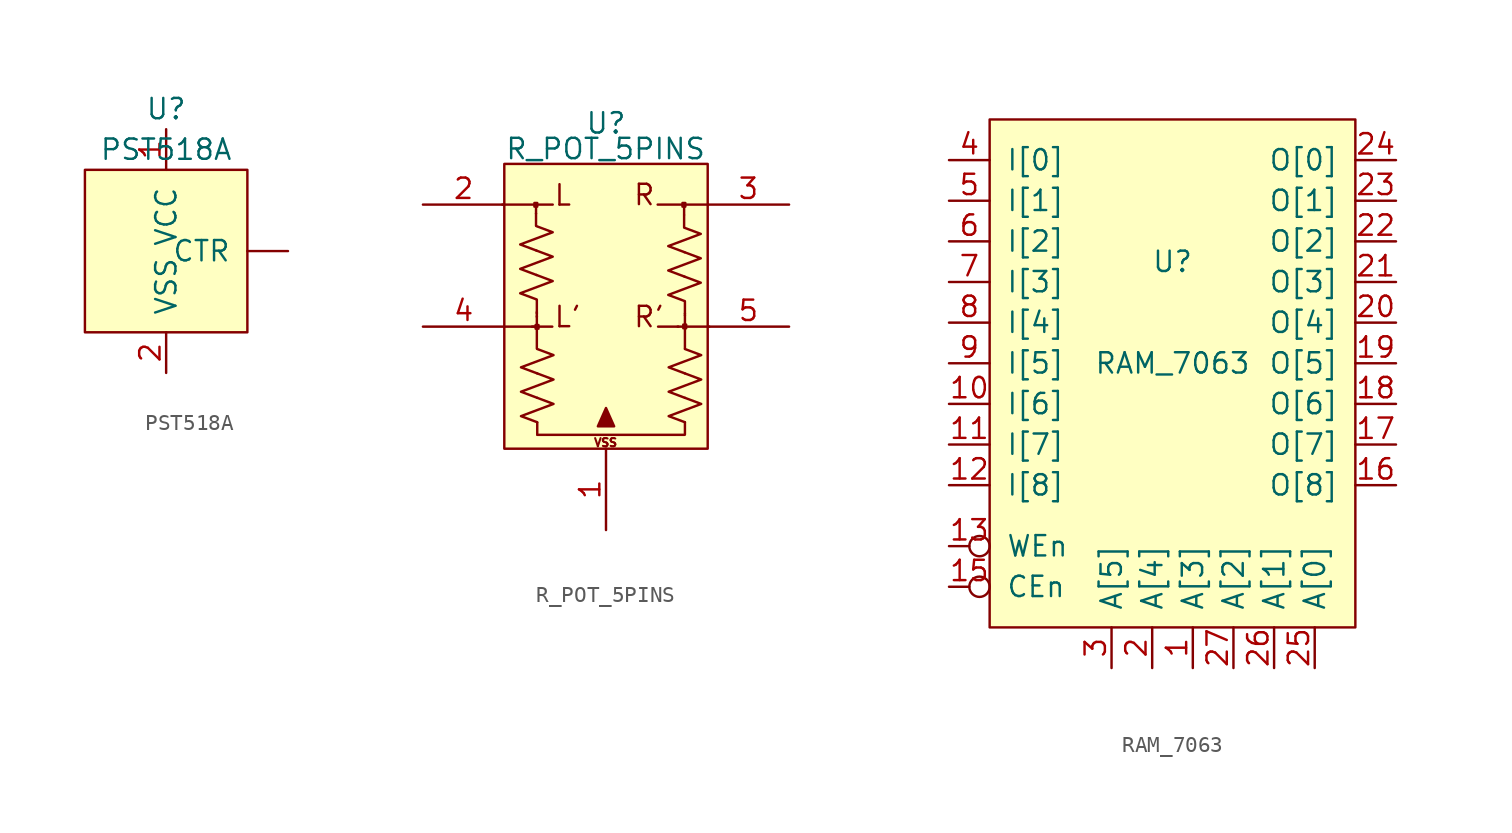
<source format=kicad_sym>
(kicad_symbol_lib
  (version 20211014)
  (generator kicad_symbol_editor)
  (symbol "PST518A"
    (pin_names
      (offset 1.016))
    (property "Reference" "U"
      (at 0 8.89 0)
      (effects (font (size 1.27 1.27))))
    (property "Value" "PST518A"
      (at 0 6.35 0)
      (effects (font (size 1.27 1.27))))
    (symbol "PST518A_0_1"
      (rectangle (start -5.08 5.08) (end 5.08 -5.08) (stroke (width 0) (type default) (color 0 0 0 0)) (fill (type background))))
    (symbol "PST518A_1_1"
      (pin power_in line (at 0 7.62 270) (length 2.54) (name "VCC" (effects (font (size 1.27 1.27)))) (number "1" (effects (font (size 1.27 1.27)))))
      (pin power_in line (at 0 -7.62 90) (length 2.54) (name "VSS" (effects (font (size 1.27 1.27)))) (number "2" (effects (font (size 1.27 1.27)))))
      (pin output line (at 7.62 0 180) (length 2.54) (name "CTR" (effects (font (size 1.27 1.27)))) (number "~" (effects (font (size 1.27 1.27)))))))
  (symbol "R_POT_5PINS"
    (property "Reference" "U"
      (at 0 11.43 0)
      (effects (font (size 1.27 1.27))))
    (property "Value" "R_POT_5PINS"
      (at -0.025 9.83 0)
      (effects (font (size 1.27 1.27))))
    (symbol "R_POT_5PINS_0_0"
      (rectangle (start -6.35 8.89) (end 6.35 -8.89) (stroke (width 0.152) (type default) (color 0 0 0 0)) (fill (type background)))
      (polyline (pts (xy -4.623 -1.27) (xy -3.353 -1.27)) (stroke (width 0.152) (type default) (color 0 0 0 0)) (fill (type none)))
      (polyline (pts (xy -4.369 5.791) (xy -4.369 5.029)) (stroke (width 0.152) (type default) (color 0 0 0 0)) (fill (type none)))
      (polyline (pts (xy -4.318 -2.642) (xy -4.318 -1.372)) (stroke (width 0.152) (type default) (color 0 0 0 0)) (fill (type none)))
      (polyline (pts (xy -4.318 -0.61) (xy -4.318 -1.372)) (stroke (width 0.152) (type default) (color 0 0 0 0)) (fill (type none)))
      (polyline (pts (xy -4.318 -0.356) (xy -4.318 -0.457)) (stroke (width 0.152) (type default) (color 0 0 0 0)) (fill (type none)))
      (polyline (pts (xy -4.318 0.406) (xy -4.318 -0.356)) (stroke (width 0.152) (type default) (color 0 0 0 0)) (fill (type none)))
      (polyline (pts (xy -4.293 -7.264) (xy -4.293 -8.026)) (stroke (width 0.152) (type default) (color 0 0 0 0)) (fill (type none)))
      (polyline (pts (xy 3.251 -1.27) (xy 4.521 -1.27)) (stroke (width 0.152) (type default) (color 0 0 0 0)) (fill (type none)))
      (polyline (pts (xy 4.877 5.69) (xy 4.877 4.928)) (stroke (width 0.152) (type default) (color 0 0 0 0)) (fill (type none)))
      (polyline (pts (xy 4.928 -7.239) (xy 4.928 -8.001)) (stroke (width 0.152) (type default) (color 0 0 0 0)) (fill (type none)))
      (polyline (pts (xy 4.928 -2.642) (xy 4.928 -1.372)) (stroke (width 0.152) (type default) (color 0 0 0 0)) (fill (type none)))
      (polyline (pts (xy 4.928 -0.559) (xy 4.928 -1.321)) (stroke (width 0.152) (type default) (color 0 0 0 0)) (fill (type none)))
      (polyline (pts (xy 4.928 -0.457) (xy 4.928 -0.559)) (stroke (width 0.152) (type default) (color 0 0 0 0)) (fill (type none)))
      (polyline (pts (xy 4.928 0.305) (xy 4.928 -0.457)) (stroke (width 0.152) (type default) (color 0 0 0 0)) (fill (type none)))
      (polyline (pts (xy -4.267 -8.026) (xy 4.902 -8.026) (xy 4.877 -8.026)) (stroke (width 0.152) (type default) (color 0 0 0 0)) (fill (type none)))
      (polyline (pts (xy -4.47 6.223) (xy -4.47 6.452) (xy -4.369 6.452) (xy -4.318 6.452) (xy -4.293 6.274) (xy -4.293 6.248) (xy -4.293 6.223) (xy -4.293 6.452)) (stroke (width 0) (type default) (color 0 0 0 0)) (fill (type none)))
      (polyline (pts (xy -4.216 -1.168) (xy -4.216 -1.397) (xy -4.318 -1.397) (xy -4.369 -1.397) (xy -4.394 -1.219) (xy -4.394 -1.194) (xy -4.394 -1.168) (xy -4.394 -1.397)) (stroke (width 0) (type default) (color 0 0 0 0)) (fill (type none)))
      (polyline (pts (xy 4.775 6.223) (xy 4.775 6.452) (xy 4.877 6.452) (xy 4.928 6.452) (xy 4.953 6.274) (xy 4.953 6.248) (xy 4.953 6.223) (xy 4.953 6.452)) (stroke (width 0) (type default) (color 0 0 0 0)) (fill (type none)))
      (polyline (pts (xy 4.826 -1.372) (xy 4.826 -1.143) (xy 4.928 -1.143) (xy 4.978 -1.143) (xy 5.004 -1.321) (xy 5.004 -1.346) (xy 5.004 -1.372) (xy 5.004 -1.143)) (stroke (width 0) (type default) (color 0 0 0 0)) (fill (type none)))
      (text "L" (at -2.692 6.934 0) (effects (font (size 1.27 1.27))))
      (text "L'" (at -2.388 -0.66 0) (effects (font (size 1.27 1.27))))
      (text "R" (at 2.388 6.96 0) (effects (font (size 1.27 1.27))))
      (text "R'" (at 2.692 -0.66 0) (effects (font (size 1.27 1.27))))
      (text "VSS" (at -0.025 -8.509 0) (effects (font (size 0.508 0.508)))))
    (symbol "R_POT_5PINS_0_1"
      (polyline (pts (xy -6.35 -1.27) (xy -4.42 -1.27)) (stroke (width 0.152) (type default) (color 0 0 0 0)) (fill (type none)))
      (polyline (pts (xy -4.369 5.791) (xy -4.369 6.325)) (stroke (width 0.152) (type default) (color 0 0 0 0)) (fill (type none)))
      (polyline (pts (xy -4.318 -0.406) (xy -4.318 -0.66)) (stroke (width 0.152) (type default) (color 0 0 0 0)) (fill (type none)))
      (polyline (pts (xy -3.327 6.35) (xy -6.477 6.35)) (stroke (width 0.152) (type default) (color 0 0 0 0)) (fill (type none)))
      (polyline (pts (xy 4.47 -1.27) (xy 6.452 -1.27)) (stroke (width 0.152) (type default) (color 0 0 0 0)) (fill (type none)))
      (polyline (pts (xy 4.877 5.715) (xy 4.877 6.248)) (stroke (width 0.152) (type default) (color 0 0 0 0)) (fill (type none)))
      (polyline (pts (xy 6.375 6.35) (xy 3.226 6.35)) (stroke (width 0.152) (type default) (color 0 0 0 0)) (fill (type none)))
      (polyline (pts (xy 0 -6.35) (xy 0.508 -7.493) (xy -0.508 -7.493) (xy 0 -6.35)) (stroke (width 0) (type default) (color 0 0 0 0)) (fill (type outline)))
      (polyline (pts (xy -4.343 1.956) (xy -3.327 1.575) (xy -4.343 1.194) (xy -5.359 0.813) (xy -4.343 0.432)) (stroke (width 0) (type default) (color 0 0 0 0)) (fill (type none)))
      (polyline (pts (xy -4.343 3.48) (xy -3.327 3.099) (xy -4.343 2.718) (xy -5.359 2.337) (xy -4.343 1.956)) (stroke (width 0) (type default) (color 0 0 0 0)) (fill (type none)))
      (polyline (pts (xy -4.343 5.004) (xy -3.327 4.623) (xy -4.343 4.242) (xy -5.359 3.861) (xy -4.343 3.48)) (stroke (width 0) (type default) (color 0 0 0 0)) (fill (type none)))
      (polyline (pts (xy -4.293 -7.239) (xy -5.309 -6.858) (xy -4.293 -6.477) (xy -3.277 -6.096) (xy -4.293 -5.715)) (stroke (width 0) (type default) (color 0 0 0 0)) (fill (type none)))
      (polyline (pts (xy -4.293 -5.715) (xy -5.309 -5.334) (xy -4.293 -4.953) (xy -3.277 -4.572) (xy -4.293 -4.191)) (stroke (width 0) (type default) (color 0 0 0 0)) (fill (type none)))
      (polyline (pts (xy -4.293 -4.191) (xy -5.309 -3.81) (xy -4.293 -3.429) (xy -3.277 -3.048) (xy -4.293 -2.667)) (stroke (width 0) (type default) (color 0 0 0 0)) (fill (type none)))
      (polyline (pts (xy 4.902 1.854) (xy 5.918 1.473) (xy 4.902 1.092) (xy 3.886 0.711) (xy 4.902 0.33)) (stroke (width 0) (type default) (color 0 0 0 0)) (fill (type none)))
      (polyline (pts (xy 4.902 3.378) (xy 5.918 2.997) (xy 4.902 2.616) (xy 3.886 2.235) (xy 4.902 1.854)) (stroke (width 0) (type default) (color 0 0 0 0)) (fill (type none)))
      (polyline (pts (xy 4.902 4.902) (xy 5.918 4.521) (xy 4.902 4.14) (xy 3.886 3.759) (xy 4.902 3.378)) (stroke (width 0) (type default) (color 0 0 0 0)) (fill (type none)))
      (polyline (pts (xy 4.928 -7.239) (xy 3.912 -6.858) (xy 4.928 -6.477) (xy 5.944 -6.096) (xy 4.928 -5.715)) (stroke (width 0) (type default) (color 0 0 0 0)) (fill (type none)))
      (polyline (pts (xy 4.928 -5.715) (xy 3.912 -5.334) (xy 4.928 -4.953) (xy 5.944 -4.572) (xy 4.928 -4.191)) (stroke (width 0) (type default) (color 0 0 0 0)) (fill (type none)))
      (polyline (pts (xy 4.928 -4.191) (xy 3.912 -3.81) (xy 4.928 -3.429) (xy 5.944 -3.048) (xy 4.928 -2.667)) (stroke (width 0) (type default) (color 0 0 0 0)) (fill (type none))))
    (symbol "R_POT_5PINS_1_1"
      (pin power_in line (at 0 -13.97 90) (length 5.08) (name "" (effects (font (size 0.508 0.508)))) (number "1" (effects (font (size 1.27 1.27)))))
      (pin passive line (at -11.43 6.35 0) (length 5.08) (name "" (effects (font (size 1.27 1.27)))) (number "2" (effects (font (size 1.27 1.27)))))
      (pin passive line (at 11.43 6.35 180) (length 5.08) (name "" (effects (font (size 1.27 1.27)))) (number "3" (effects (font (size 1.27 1.27)))))
      (pin passive line (at -11.43 -1.27 0) (length 5.08) (name "" (effects (font (size 1.27 1.27)))) (number "4" (effects (font (size 1.27 1.27)))))
      (pin passive line (at 11.43 -1.27 180) (length 5.08) (name "" (effects (font (size 1.27 1.27)))) (number "5" (effects (font (size 1.27 1.27)))))))
  (symbol "RAM_7063"
    (pin_names
      (offset 1.016))
    (property "Reference" "U"
      (at 0 6.35 0)
      (effects (font (size 1.27 1.27))))
    (property "Value" "RAM_7063"
      (at 0 0 0)
      (effects (font (size 1.27 1.27))))
    (symbol "RAM_7063_0_1"
      (rectangle (start -11.43 15.24) (end 11.43 -16.51) (stroke (width 0) (type default) (color 0 0 0 0)) (fill (type background))))
    (symbol "RAM_7063_1_1"
      (pin output line (at 1.27 -19.05 90) (length 2.54) (name "A[3]" (effects (font (size 1.27 1.27)))) (number "1" (effects (font (size 1.27 1.27)))))
      (pin input line (at -13.97 -2.54 0) (length 2.54) (name "I[6]" (effects (font (size 1.27 1.27)))) (number "10" (effects (font (size 1.27 1.27)))))
      (pin input line (at -13.97 -5.08 0) (length 2.54) (name "I[7]" (effects (font (size 1.27 1.27)))) (number "11" (effects (font (size 1.27 1.27)))))
      (pin input line (at -13.97 -7.62 0) (length 2.54) (name "I[8]" (effects (font (size 1.27 1.27)))) (number "12" (effects (font (size 1.27 1.27)))))
      (pin input inverted (at -13.97 -11.43 0) (length 2.54) (name "WEn" (effects (font (size 1.27 1.27)))) (number "13" (effects (font (size 1.27 1.27)))))
      (pin input inverted (at -13.97 -13.97 0) (length 2.54) (name "CEn" (effects (font (size 1.27 1.27)))) (number "15" (effects (font (size 1.27 1.27)))))
      (pin output line (at 13.97 -7.62 180) (length 2.54) (name "O[8]" (effects (font (size 1.27 1.27)))) (number "16" (effects (font (size 1.27 1.27)))))
      (pin output line (at 13.97 -5.08 180) (length 2.54) (name "O[7]" (effects (font (size 1.27 1.27)))) (number "17" (effects (font (size 1.27 1.27)))))
      (pin output line (at 13.97 -2.54 180) (length 2.54) (name "O[6]" (effects (font (size 1.27 1.27)))) (number "18" (effects (font (size 1.27 1.27)))))
      (pin output line (at 13.97 0 180) (length 2.54) (name "O[5]" (effects (font (size 1.27 1.27)))) (number "19" (effects (font (size 1.27 1.27)))))
      (pin output line (at -1.27 -19.05 90) (length 2.54) (name "A[4]" (effects (font (size 1.27 1.27)))) (number "2" (effects (font (size 1.27 1.27)))))
      (pin output line (at 13.97 2.54 180) (length 2.54) (name "O[4]" (effects (font (size 1.27 1.27)))) (number "20" (effects (font (size 1.27 1.27)))))
      (pin output line (at 13.97 5.08 180) (length 2.54) (name "O[3]" (effects (font (size 1.27 1.27)))) (number "21" (effects (font (size 1.27 1.27)))))
      (pin output line (at 13.97 7.62 180) (length 2.54) (name "O[2]" (effects (font (size 1.27 1.27)))) (number "22" (effects (font (size 1.27 1.27)))))
      (pin output line (at 13.97 10.16 180) (length 2.54) (name "O[1]" (effects (font (size 1.27 1.27)))) (number "23" (effects (font (size 1.27 1.27)))))
      (pin output line (at 13.97 12.7 180) (length 2.54) (name "O[0]" (effects (font (size 1.27 1.27)))) (number "24" (effects (font (size 1.27 1.27)))))
      (pin output line (at 8.89 -19.05 90) (length 2.54) (name "A[0]" (effects (font (size 1.27 1.27)))) (number "25" (effects (font (size 1.27 1.27)))))
      (pin output line (at 6.35 -19.05 90) (length 2.54) (name "A[1]" (effects (font (size 1.27 1.27)))) (number "26" (effects (font (size 1.27 1.27)))))
      (pin output line (at 3.81 -19.05 90) (length 2.54) (name "A[2]" (effects (font (size 1.27 1.27)))) (number "27" (effects (font (size 1.27 1.27)))))
      (pin output line (at -3.81 -19.05 90) (length 2.54) (name "A[5]" (effects (font (size 1.27 1.27)))) (number "3" (effects (font (size 1.27 1.27)))))
      (pin input line (at -13.97 12.7 0) (length 2.54) (name "I[0]" (effects (font (size 1.27 1.27)))) (number "4" (effects (font (size 1.27 1.27)))))
      (pin input line (at -13.97 10.16 0) (length 2.54) (name "I[1]" (effects (font (size 1.27 1.27)))) (number "5" (effects (font (size 1.27 1.27)))))
      (pin input line (at -13.97 7.62 0) (length 2.54) (name "I[2]" (effects (font (size 1.27 1.27)))) (number "6" (effects (font (size 1.27 1.27)))))
      (pin input line (at -13.97 5.08 0) (length 2.54) (name "I[3]" (effects (font (size 1.27 1.27)))) (number "7" (effects (font (size 1.27 1.27)))))
      (pin input line (at -13.97 2.54 0) (length 2.54) (name "I[4]" (effects (font (size 1.27 1.27)))) (number "8" (effects (font (size 1.27 1.27)))))
      (pin input line (at -13.97 0 0) (length 2.54) (name "I[5]" (effects (font (size 1.27 1.27)))) (number "9" (effects (font (size 1.27 1.27))))))))
</source>
